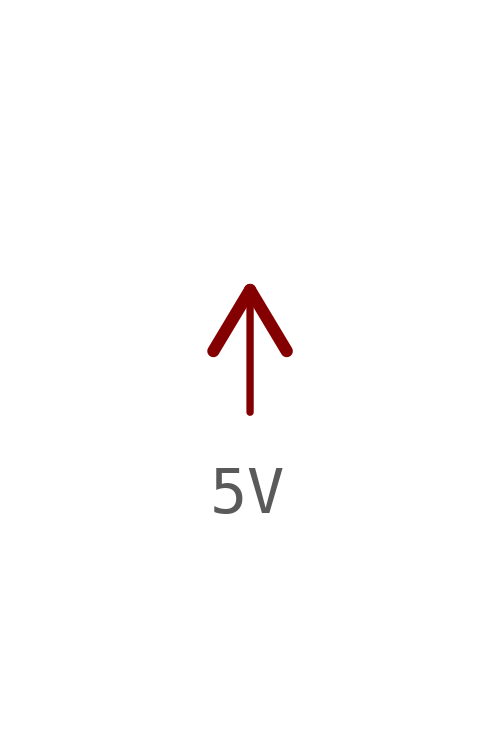
<source format=kicad_sym>
(kicad_symbol_lib
  (version 20231120)
  (generator "kicad_symbol_editor")
  (generator_version "8.0")
  (symbol "5V"
    (power)
    (property "Reference" ""
      (at 0 0 0)
      (effects (font (size 1.27 1.27)) (hide yes)))
    (property "Value" ""
      (at -1.016 3.556 0)
      (effects (font (size 1.778 1.511)) (justify left bottom)))
    (property "ki_locked" ""
      (at 0 0 0)
      (effects (font (size 1.27 1.27))))
    (symbol "5V_1_0"
      (polyline (pts (xy 0 2.54) (xy -0.762 1.27)) (stroke (width 0.254) (type solid)) (fill (type none)))
      (polyline (pts (xy 0.762 1.27) (xy 0 2.54)) (stroke (width 0.254) (type solid)) (fill (type none)))
      (pin power_in line (at 0 0 90) (length 2.54) (name "5V" (effects (font (size 0 0)))) (number "1" (effects (font (size 0 0))))))))
</source>
